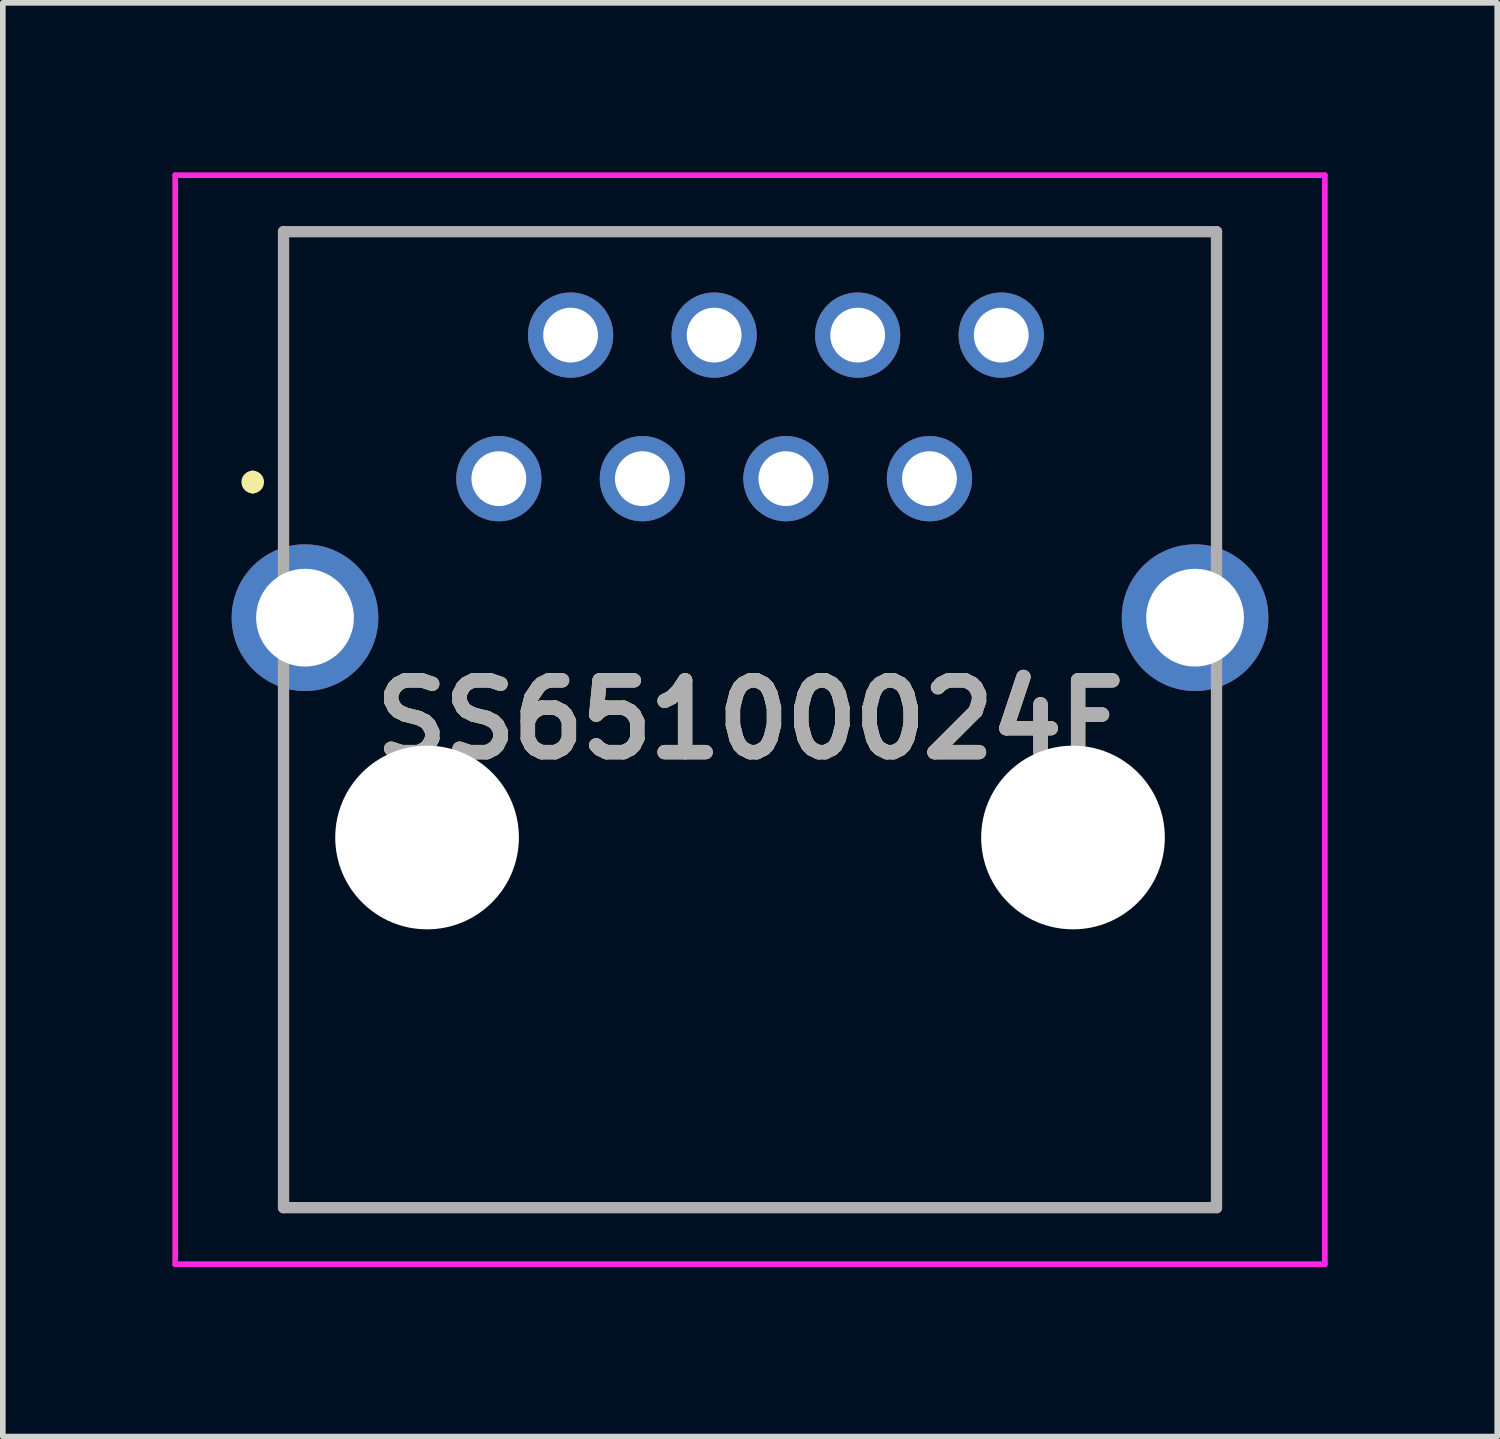
<source format=kicad_pcb>
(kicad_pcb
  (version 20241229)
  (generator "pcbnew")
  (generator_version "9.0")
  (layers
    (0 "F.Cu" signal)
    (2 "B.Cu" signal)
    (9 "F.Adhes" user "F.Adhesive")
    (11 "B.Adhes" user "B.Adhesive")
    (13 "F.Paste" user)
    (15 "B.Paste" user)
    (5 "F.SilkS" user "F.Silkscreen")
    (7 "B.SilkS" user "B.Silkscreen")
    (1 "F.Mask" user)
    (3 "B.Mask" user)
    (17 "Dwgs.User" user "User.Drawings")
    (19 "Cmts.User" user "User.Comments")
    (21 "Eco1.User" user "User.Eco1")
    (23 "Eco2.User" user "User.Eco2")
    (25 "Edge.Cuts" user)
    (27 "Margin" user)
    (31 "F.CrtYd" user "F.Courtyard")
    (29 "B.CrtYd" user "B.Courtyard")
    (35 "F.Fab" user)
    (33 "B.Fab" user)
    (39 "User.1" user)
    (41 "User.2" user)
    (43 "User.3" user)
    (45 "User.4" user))
  (footprint "SS65100024F"
    (layer "F.Cu")
    (at 10.222 9.685)
    (property "Reference" "SS65100024F" (at 0 0 0) (layer "F.SilkS") (effects (font (size 1.27 1.27) (thickness 0.254))))
    (attr through_hole)
    (fp_line (start -8.8 -4.305) (end -8.8 -4.305) (stroke (width 0.2) (type solid)) (layer "F.SilkS"))
    (fp_line (start -8.8 -4.105) (end -8.8 -4.105) (stroke (width 0.2) (type solid)) (layer "F.SilkS"))
    (fp_line (start -8.255 -8.635) (end 8.255 -8.635) (stroke (width 0.1) (type solid)) (layer "F.SilkS"))
    (fp_line (start -8.255 -3.805) (end -8.255 -8.635) (stroke (width 0.1) (type solid)) (layer "F.SilkS"))
    (fp_line (start -8.255 0.195) (end -8.255 8.635) (stroke (width 0.1) (type solid)) (layer "F.SilkS"))
    (fp_line (start -8.255 8.635) (end 8.255 8.635) (stroke (width 0.1) (type solid)) (layer "F.SilkS"))
    (fp_line (start 8.255 -8.635) (end 8.255 -3.805) (stroke (width 0.1) (type solid)) (layer "F.SilkS"))
    (fp_line (start 8.255 8.635) (end 8.255 0.195) (stroke (width 0.1) (type solid)) (layer "F.SilkS"))
    (fp_arc (start -8.8 -4.305) (mid -8.7 -4.205) (end -8.8 -4.105) (stroke (width 0.2) (type solid)) (layer "F.SilkS"))
    (fp_arc (start -8.8 -4.105) (mid -8.9 -4.205) (end -8.8 -4.305) (stroke (width 0.2) (type solid)) (layer "F.SilkS"))
    (fp_line (start -10.172 -9.635) (end 10.172 -9.635) (stroke (width 0.1) (type solid)) (layer "F.CrtYd"))
    (fp_line (start -10.172 9.635) (end -10.172 -9.635) (stroke (width 0.1) (type solid)) (layer "F.CrtYd"))
    (fp_line (start 10.172 -9.635) (end 10.172 9.635) (stroke (width 0.1) (type solid)) (layer "F.CrtYd"))
    (fp_line (start 10.172 9.635) (end -10.172 9.635) (stroke (width 0.1) (type solid)) (layer "F.CrtYd"))
    (fp_line (start -8.255 -8.635) (end 8.255 -8.635) (stroke (width 0.2) (type solid)) (layer "F.Fab"))
    (fp_line (start -8.255 8.635) (end -8.255 -8.635) (stroke (width 0.2) (type solid)) (layer "F.Fab"))
    (fp_line (start 8.255 -8.635) (end 8.255 8.635) (stroke (width 0.2) (type solid)) (layer "F.Fab"))
    (fp_line (start 8.255 8.635) (end -8.255 8.635) (stroke (width 0.2) (type solid)) (layer "F.Fab"))
    (fp_text user "${REFERENCE}" (at 0 0 0) (layer "F.Fab") (effects (font (size 1.27 1.27) (thickness 0.254))))
    (pad "" np_thru_hole circle (at -5.715 2.085) (size 3.25 3.25) (drill 3.25) (layers "*.Cu" "*.Mask"))
    (pad "" np_thru_hole circle (at 5.715 2.085) (size 3.25 3.25) (drill 3.25) (layers "*.Cu" "*.Mask"))
    (pad "1" thru_hole circle (at -4.445 -4.265) (size 1.509 1.509) (drill 0.97) (layers "*.Cu" "*.Mask"))
    (pad "2" thru_hole circle (at -3.175 -6.805) (size 1.509 1.509) (drill 0.97) (layers "*.Cu" "*.Mask"))
    (pad "3" thru_hole circle (at -1.905 -4.265) (size 1.509 1.509) (drill 0.97) (layers "*.Cu" "*.Mask"))
    (pad "4" thru_hole circle (at -0.635 -6.805) (size 1.509 1.509) (drill 0.97) (layers "*.Cu" "*.Mask"))
    (pad "5" thru_hole circle (at 0.635 -4.265) (size 1.509 1.509) (drill 0.97) (layers "*.Cu" "*.Mask"))
    (pad "6" thru_hole circle (at 1.905 -6.805) (size 1.509 1.509) (drill 0.97) (layers "*.Cu" "*.Mask"))
    (pad "7" thru_hole circle (at 3.175 -4.265) (size 1.509 1.509) (drill 0.97) (layers "*.Cu" "*.Mask"))
    (pad "8" thru_hole circle (at 4.445 -6.805) (size 1.509 1.509) (drill 0.97) (layers "*.Cu" "*.Mask"))
    (pad "9" thru_hole circle (at -7.875 -1.805) (size 2.595 2.595) (drill 1.73) (layers "*.Cu" "*.Mask"))
    (pad "10" thru_hole circle (at 7.875 -1.805) (size 2.595 2.595) (drill 1.73) (layers "*.Cu" "*.Mask")))
  (gr_rect
    (start -3 -3)
    (end 23.444 22.37)
    (stroke (width 0.1) (type default))
    (fill no)
    (layer "Edge.Cuts")))
</source>
